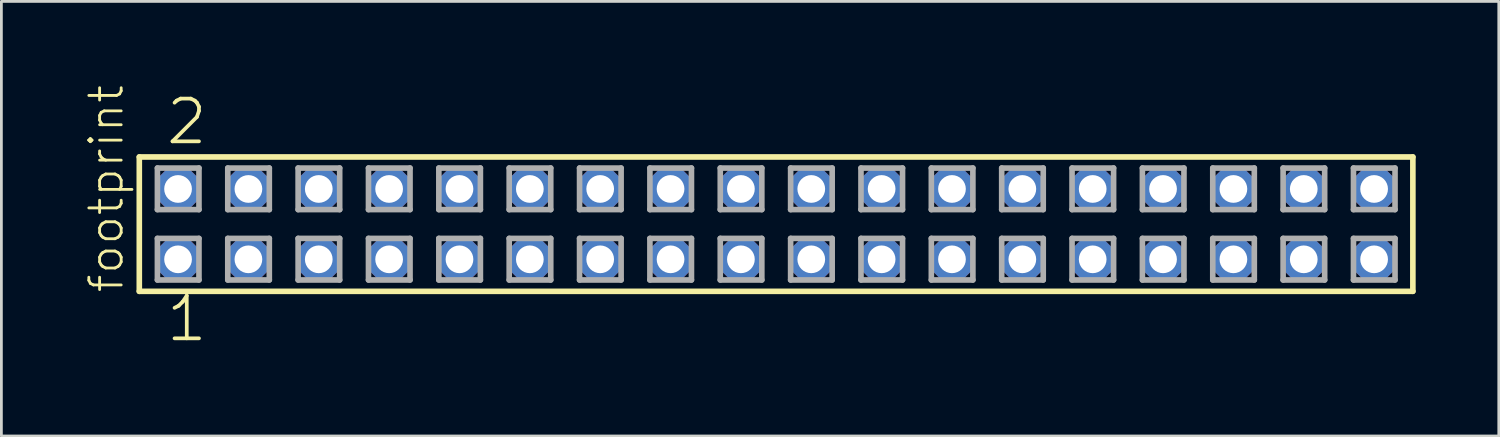
<source format=kicad_pcb>
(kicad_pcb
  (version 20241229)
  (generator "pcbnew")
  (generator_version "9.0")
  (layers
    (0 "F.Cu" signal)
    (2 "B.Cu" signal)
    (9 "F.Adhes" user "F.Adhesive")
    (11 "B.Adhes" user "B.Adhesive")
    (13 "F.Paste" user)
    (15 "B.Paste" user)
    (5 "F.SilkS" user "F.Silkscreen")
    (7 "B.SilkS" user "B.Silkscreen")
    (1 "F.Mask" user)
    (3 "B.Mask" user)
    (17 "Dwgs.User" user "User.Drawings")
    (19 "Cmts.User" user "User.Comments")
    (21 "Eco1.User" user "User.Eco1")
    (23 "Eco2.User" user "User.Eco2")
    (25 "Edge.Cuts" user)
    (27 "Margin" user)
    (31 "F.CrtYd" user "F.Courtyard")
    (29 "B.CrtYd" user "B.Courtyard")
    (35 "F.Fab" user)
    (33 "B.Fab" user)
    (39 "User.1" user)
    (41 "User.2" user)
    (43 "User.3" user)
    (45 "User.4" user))
  (footprint "footprint"
    (layer "F.Cu")
    (at 24.968 5.042)
    (property "Reference" "footprint" (at -23.495 2.54 90) (layer "F.SilkS") (effects (font (size 1.168 1.168) (thickness 0.102)) (justify left bottom)))
    (fp_line (start -22.989 -2.425) (end 22.989 -2.425) (stroke (width 0.203) (type solid)) (layer "F.SilkS"))
    (fp_line (start -22.989 2.425) (end -22.989 -2.425) (stroke (width 0.203) (type solid)) (layer "F.SilkS"))
    (fp_line (start 22.989 -2.425) (end 22.989 2.425) (stroke (width 0.203) (type solid)) (layer "F.SilkS"))
    (fp_line (start 22.989 2.425) (end -22.989 2.425) (stroke (width 0.203) (type solid)) (layer "F.SilkS"))
    (fp_line (start -22.335 -2.025) (end -20.835 -2.025) (stroke (width 0.203) (type solid)) (layer "F.Fab"))
    (fp_line (start -22.335 -0.525) (end -22.335 -2.025) (stroke (width 0.203) (type solid)) (layer "F.Fab"))
    (fp_line (start -22.335 0.515) (end -20.835 0.515) (stroke (width 0.203) (type solid)) (layer "F.Fab"))
    (fp_line (start -22.335 2.015) (end -22.335 0.515) (stroke (width 0.203) (type solid)) (layer "F.Fab"))
    (fp_line (start -20.835 -2.025) (end -20.835 -0.525) (stroke (width 0.203) (type solid)) (layer "F.Fab"))
    (fp_line (start -20.835 -0.525) (end -22.335 -0.525) (stroke (width 0.203) (type solid)) (layer "F.Fab"))
    (fp_line (start -20.835 0.515) (end -20.835 2.015) (stroke (width 0.203) (type solid)) (layer "F.Fab"))
    (fp_line (start -20.835 2.015) (end -22.335 2.015) (stroke (width 0.203) (type solid)) (layer "F.Fab"))
    (fp_line (start -19.795 -2.025) (end -18.295 -2.025) (stroke (width 0.203) (type solid)) (layer "F.Fab"))
    (fp_line (start -19.795 -0.525) (end -19.795 -2.025) (stroke (width 0.203) (type solid)) (layer "F.Fab"))
    (fp_line (start -19.795 0.515) (end -18.295 0.515) (stroke (width 0.203) (type solid)) (layer "F.Fab"))
    (fp_line (start -19.795 2.015) (end -19.795 0.515) (stroke (width 0.203) (type solid)) (layer "F.Fab"))
    (fp_line (start -18.295 -2.025) (end -18.295 -0.525) (stroke (width 0.203) (type solid)) (layer "F.Fab"))
    (fp_line (start -18.295 -0.525) (end -19.795 -0.525) (stroke (width 0.203) (type solid)) (layer "F.Fab"))
    (fp_line (start -18.295 0.515) (end -18.295 2.015) (stroke (width 0.203) (type solid)) (layer "F.Fab"))
    (fp_line (start -18.295 2.015) (end -19.795 2.015) (stroke (width 0.203) (type solid)) (layer "F.Fab"))
    (fp_line (start -17.255 -2.025) (end -15.755 -2.025) (stroke (width 0.203) (type solid)) (layer "F.Fab"))
    (fp_line (start -17.255 -0.525) (end -17.255 -2.025) (stroke (width 0.203) (type solid)) (layer "F.Fab"))
    (fp_line (start -17.255 0.515) (end -15.755 0.515) (stroke (width 0.203) (type solid)) (layer "F.Fab"))
    (fp_line (start -17.255 2.015) (end -17.255 0.515) (stroke (width 0.203) (type solid)) (layer "F.Fab"))
    (fp_line (start -15.755 -2.025) (end -15.755 -0.525) (stroke (width 0.203) (type solid)) (layer "F.Fab"))
    (fp_line (start -15.755 -0.525) (end -17.255 -0.525) (stroke (width 0.203) (type solid)) (layer "F.Fab"))
    (fp_line (start -15.755 0.515) (end -15.755 2.015) (stroke (width 0.203) (type solid)) (layer "F.Fab"))
    (fp_line (start -15.755 2.015) (end -17.255 2.015) (stroke (width 0.203) (type solid)) (layer "F.Fab"))
    (fp_line (start -14.715 -2.025) (end -13.215 -2.025) (stroke (width 0.203) (type solid)) (layer "F.Fab"))
    (fp_line (start -14.715 -0.525) (end -14.715 -2.025) (stroke (width 0.203) (type solid)) (layer "F.Fab"))
    (fp_line (start -14.715 0.515) (end -13.215 0.515) (stroke (width 0.203) (type solid)) (layer "F.Fab"))
    (fp_line (start -14.715 2.015) (end -14.715 0.515) (stroke (width 0.203) (type solid)) (layer "F.Fab"))
    (fp_line (start -13.215 -2.025) (end -13.215 -0.525) (stroke (width 0.203) (type solid)) (layer "F.Fab"))
    (fp_line (start -13.215 -0.525) (end -14.715 -0.525) (stroke (width 0.203) (type solid)) (layer "F.Fab"))
    (fp_line (start -13.215 0.515) (end -13.215 2.015) (stroke (width 0.203) (type solid)) (layer "F.Fab"))
    (fp_line (start -13.215 2.015) (end -14.715 2.015) (stroke (width 0.203) (type solid)) (layer "F.Fab"))
    (fp_line (start -12.175 -2.025) (end -10.675 -2.025) (stroke (width 0.203) (type solid)) (layer "F.Fab"))
    (fp_line (start -12.175 -0.525) (end -12.175 -2.025) (stroke (width 0.203) (type solid)) (layer "F.Fab"))
    (fp_line (start -12.175 0.515) (end -10.675 0.515) (stroke (width 0.203) (type solid)) (layer "F.Fab"))
    (fp_line (start -12.175 2.015) (end -12.175 0.515) (stroke (width 0.203) (type solid)) (layer "F.Fab"))
    (fp_line (start -10.675 -2.025) (end -10.675 -0.525) (stroke (width 0.203) (type solid)) (layer "F.Fab"))
    (fp_line (start -10.675 -0.525) (end -12.175 -0.525) (stroke (width 0.203) (type solid)) (layer "F.Fab"))
    (fp_line (start -10.675 0.515) (end -10.675 2.015) (stroke (width 0.203) (type solid)) (layer "F.Fab"))
    (fp_line (start -10.675 2.015) (end -12.175 2.015) (stroke (width 0.203) (type solid)) (layer "F.Fab"))
    (fp_line (start -9.635 -2.025) (end -8.135 -2.025) (stroke (width 0.203) (type solid)) (layer "F.Fab"))
    (fp_line (start -9.635 -0.525) (end -9.635 -2.025) (stroke (width 0.203) (type solid)) (layer "F.Fab"))
    (fp_line (start -9.635 0.515) (end -8.135 0.515) (stroke (width 0.203) (type solid)) (layer "F.Fab"))
    (fp_line (start -9.635 2.015) (end -9.635 0.515) (stroke (width 0.203) (type solid)) (layer "F.Fab"))
    (fp_line (start -8.135 -2.025) (end -8.135 -0.525) (stroke (width 0.203) (type solid)) (layer "F.Fab"))
    (fp_line (start -8.135 -0.525) (end -9.635 -0.525) (stroke (width 0.203) (type solid)) (layer "F.Fab"))
    (fp_line (start -8.135 0.515) (end -8.135 2.015) (stroke (width 0.203) (type solid)) (layer "F.Fab"))
    (fp_line (start -8.135 2.015) (end -9.635 2.015) (stroke (width 0.203) (type solid)) (layer "F.Fab"))
    (fp_line (start -7.095 -2.025) (end -5.595 -2.025) (stroke (width 0.203) (type solid)) (layer "F.Fab"))
    (fp_line (start -7.095 -0.525) (end -7.095 -2.025) (stroke (width 0.203) (type solid)) (layer "F.Fab"))
    (fp_line (start -7.095 0.515) (end -5.595 0.515) (stroke (width 0.203) (type solid)) (layer "F.Fab"))
    (fp_line (start -7.095 2.015) (end -7.095 0.515) (stroke (width 0.203) (type solid)) (layer "F.Fab"))
    (fp_line (start -5.595 -2.025) (end -5.595 -0.525) (stroke (width 0.203) (type solid)) (layer "F.Fab"))
    (fp_line (start -5.595 -0.525) (end -7.095 -0.525) (stroke (width 0.203) (type solid)) (layer "F.Fab"))
    (fp_line (start -5.595 0.515) (end -5.595 2.015) (stroke (width 0.203) (type solid)) (layer "F.Fab"))
    (fp_line (start -5.595 2.015) (end -7.095 2.015) (stroke (width 0.203) (type solid)) (layer "F.Fab"))
    (fp_line (start -4.555 -2.025) (end -3.055 -2.025) (stroke (width 0.203) (type solid)) (layer "F.Fab"))
    (fp_line (start -4.555 -0.525) (end -4.555 -2.025) (stroke (width 0.203) (type solid)) (layer "F.Fab"))
    (fp_line (start -4.555 0.515) (end -3.055 0.515) (stroke (width 0.203) (type solid)) (layer "F.Fab"))
    (fp_line (start -4.555 2.015) (end -4.555 0.515) (stroke (width 0.203) (type solid)) (layer "F.Fab"))
    (fp_line (start -3.055 -2.025) (end -3.055 -0.525) (stroke (width 0.203) (type solid)) (layer "F.Fab"))
    (fp_line (start -3.055 -0.525) (end -4.555 -0.525) (stroke (width 0.203) (type solid)) (layer "F.Fab"))
    (fp_line (start -3.055 0.515) (end -3.055 2.015) (stroke (width 0.203) (type solid)) (layer "F.Fab"))
    (fp_line (start -3.055 2.015) (end -4.555 2.015) (stroke (width 0.203) (type solid)) (layer "F.Fab"))
    (fp_line (start -2.015 -2.025) (end -0.515 -2.025) (stroke (width 0.203) (type solid)) (layer "F.Fab"))
    (fp_line (start -2.015 -0.525) (end -2.015 -2.025) (stroke (width 0.203) (type solid)) (layer "F.Fab"))
    (fp_line (start -2.015 0.515) (end -0.515 0.515) (stroke (width 0.203) (type solid)) (layer "F.Fab"))
    (fp_line (start -2.015 2.015) (end -2.015 0.515) (stroke (width 0.203) (type solid)) (layer "F.Fab"))
    (fp_line (start -0.515 -2.025) (end -0.515 -0.525) (stroke (width 0.203) (type solid)) (layer "F.Fab"))
    (fp_line (start -0.515 -0.525) (end -2.015 -0.525) (stroke (width 0.203) (type solid)) (layer "F.Fab"))
    (fp_line (start -0.515 0.515) (end -0.515 2.015) (stroke (width 0.203) (type solid)) (layer "F.Fab"))
    (fp_line (start -0.515 2.015) (end -2.015 2.015) (stroke (width 0.203) (type solid)) (layer "F.Fab"))
    (fp_line (start 0.525 -2.025) (end 2.025 -2.025) (stroke (width 0.203) (type solid)) (layer "F.Fab"))
    (fp_line (start 0.525 -0.525) (end 0.525 -2.025) (stroke (width 0.203) (type solid)) (layer "F.Fab"))
    (fp_line (start 0.525 0.515) (end 2.025 0.515) (stroke (width 0.203) (type solid)) (layer "F.Fab"))
    (fp_line (start 0.525 2.015) (end 0.525 0.515) (stroke (width 0.203) (type solid)) (layer "F.Fab"))
    (fp_line (start 2.025 -2.025) (end 2.025 -0.525) (stroke (width 0.203) (type solid)) (layer "F.Fab"))
    (fp_line (start 2.025 -0.525) (end 0.525 -0.525) (stroke (width 0.203) (type solid)) (layer "F.Fab"))
    (fp_line (start 2.025 0.515) (end 2.025 2.015) (stroke (width 0.203) (type solid)) (layer "F.Fab"))
    (fp_line (start 2.025 2.015) (end 0.525 2.015) (stroke (width 0.203) (type solid)) (layer "F.Fab"))
    (fp_line (start 3.065 -2.025) (end 4.565 -2.025) (stroke (width 0.203) (type solid)) (layer "F.Fab"))
    (fp_line (start 3.065 -0.525) (end 3.065 -2.025) (stroke (width 0.203) (type solid)) (layer "F.Fab"))
    (fp_line (start 3.065 0.515) (end 4.565 0.515) (stroke (width 0.203) (type solid)) (layer "F.Fab"))
    (fp_line (start 3.065 2.015) (end 3.065 0.515) (stroke (width 0.203) (type solid)) (layer "F.Fab"))
    (fp_line (start 4.565 -2.025) (end 4.565 -0.525) (stroke (width 0.203) (type solid)) (layer "F.Fab"))
    (fp_line (start 4.565 -0.525) (end 3.065 -0.525) (stroke (width 0.203) (type solid)) (layer "F.Fab"))
    (fp_line (start 4.565 0.515) (end 4.565 2.015) (stroke (width 0.203) (type solid)) (layer "F.Fab"))
    (fp_line (start 4.565 2.015) (end 3.065 2.015) (stroke (width 0.203) (type solid)) (layer "F.Fab"))
    (fp_line (start 5.605 -2.025) (end 7.105 -2.025) (stroke (width 0.203) (type solid)) (layer "F.Fab"))
    (fp_line (start 5.605 -0.525) (end 5.605 -2.025) (stroke (width 0.203) (type solid)) (layer "F.Fab"))
    (fp_line (start 5.605 0.515) (end 7.105 0.515) (stroke (width 0.203) (type solid)) (layer "F.Fab"))
    (fp_line (start 5.605 2.015) (end 5.605 0.515) (stroke (width 0.203) (type solid)) (layer "F.Fab"))
    (fp_line (start 7.105 -2.025) (end 7.105 -0.525) (stroke (width 0.203) (type solid)) (layer "F.Fab"))
    (fp_line (start 7.105 -0.525) (end 5.605 -0.525) (stroke (width 0.203) (type solid)) (layer "F.Fab"))
    (fp_line (start 7.105 0.515) (end 7.105 2.015) (stroke (width 0.203) (type solid)) (layer "F.Fab"))
    (fp_line (start 7.105 2.015) (end 5.605 2.015) (stroke (width 0.203) (type solid)) (layer "F.Fab"))
    (fp_line (start 8.145 -2.025) (end 9.645 -2.025) (stroke (width 0.203) (type solid)) (layer "F.Fab"))
    (fp_line (start 8.145 -0.525) (end 8.145 -2.025) (stroke (width 0.203) (type solid)) (layer "F.Fab"))
    (fp_line (start 8.145 0.515) (end 9.645 0.515) (stroke (width 0.203) (type solid)) (layer "F.Fab"))
    (fp_line (start 8.145 2.015) (end 8.145 0.515) (stroke (width 0.203) (type solid)) (layer "F.Fab"))
    (fp_line (start 9.645 -2.025) (end 9.645 -0.525) (stroke (width 0.203) (type solid)) (layer "F.Fab"))
    (fp_line (start 9.645 -0.525) (end 8.145 -0.525) (stroke (width 0.203) (type solid)) (layer "F.Fab"))
    (fp_line (start 9.645 0.515) (end 9.645 2.015) (stroke (width 0.203) (type solid)) (layer "F.Fab"))
    (fp_line (start 9.645 2.015) (end 8.145 2.015) (stroke (width 0.203) (type solid)) (layer "F.Fab"))
    (fp_line (start 10.685 -2.025) (end 12.185 -2.025) (stroke (width 0.203) (type solid)) (layer "F.Fab"))
    (fp_line (start 10.685 -0.525) (end 10.685 -2.025) (stroke (width 0.203) (type solid)) (layer "F.Fab"))
    (fp_line (start 10.685 0.515) (end 12.185 0.515) (stroke (width 0.203) (type solid)) (layer "F.Fab"))
    (fp_line (start 10.685 2.015) (end 10.685 0.515) (stroke (width 0.203) (type solid)) (layer "F.Fab"))
    (fp_line (start 12.185 -2.025) (end 12.185 -0.525) (stroke (width 0.203) (type solid)) (layer "F.Fab"))
    (fp_line (start 12.185 -0.525) (end 10.685 -0.525) (stroke (width 0.203) (type solid)) (layer "F.Fab"))
    (fp_line (start 12.185 0.515) (end 12.185 2.015) (stroke (width 0.203) (type solid)) (layer "F.Fab"))
    (fp_line (start 12.185 2.015) (end 10.685 2.015) (stroke (width 0.203) (type solid)) (layer "F.Fab"))
    (fp_line (start 13.225 -2.025) (end 14.725 -2.025) (stroke (width 0.203) (type solid)) (layer "F.Fab"))
    (fp_line (start 13.225 -0.525) (end 13.225 -2.025) (stroke (width 0.203) (type solid)) (layer "F.Fab"))
    (fp_line (start 13.225 0.515) (end 14.725 0.515) (stroke (width 0.203) (type solid)) (layer "F.Fab"))
    (fp_line (start 13.225 2.015) (end 13.225 0.515) (stroke (width 0.203) (type solid)) (layer "F.Fab"))
    (fp_line (start 14.725 -2.025) (end 14.725 -0.525) (stroke (width 0.203) (type solid)) (layer "F.Fab"))
    (fp_line (start 14.725 -0.525) (end 13.225 -0.525) (stroke (width 0.203) (type solid)) (layer "F.Fab"))
    (fp_line (start 14.725 0.515) (end 14.725 2.015) (stroke (width 0.203) (type solid)) (layer "F.Fab"))
    (fp_line (start 14.725 2.015) (end 13.225 2.015) (stroke (width 0.203) (type solid)) (layer "F.Fab"))
    (fp_line (start 15.765 -2.025) (end 17.265 -2.025) (stroke (width 0.203) (type solid)) (layer "F.Fab"))
    (fp_line (start 15.765 -0.525) (end 15.765 -2.025) (stroke (width 0.203) (type solid)) (layer "F.Fab"))
    (fp_line (start 15.765 0.515) (end 17.265 0.515) (stroke (width 0.203) (type solid)) (layer "F.Fab"))
    (fp_line (start 15.765 2.015) (end 15.765 0.515) (stroke (width 0.203) (type solid)) (layer "F.Fab"))
    (fp_line (start 17.265 -2.025) (end 17.265 -0.525) (stroke (width 0.203) (type solid)) (layer "F.Fab"))
    (fp_line (start 17.265 -0.525) (end 15.765 -0.525) (stroke (width 0.203) (type solid)) (layer "F.Fab"))
    (fp_line (start 17.265 0.515) (end 17.265 2.015) (stroke (width 0.203) (type solid)) (layer "F.Fab"))
    (fp_line (start 17.265 2.015) (end 15.765 2.015) (stroke (width 0.203) (type solid)) (layer "F.Fab"))
    (fp_line (start 18.305 -2.025) (end 19.805 -2.025) (stroke (width 0.203) (type solid)) (layer "F.Fab"))
    (fp_line (start 18.305 -0.525) (end 18.305 -2.025) (stroke (width 0.203) (type solid)) (layer "F.Fab"))
    (fp_line (start 18.305 0.515) (end 19.805 0.515) (stroke (width 0.203) (type solid)) (layer "F.Fab"))
    (fp_line (start 18.305 2.015) (end 18.305 0.515) (stroke (width 0.203) (type solid)) (layer "F.Fab"))
    (fp_line (start 19.805 -2.025) (end 19.805 -0.525) (stroke (width 0.203) (type solid)) (layer "F.Fab"))
    (fp_line (start 19.805 -0.525) (end 18.305 -0.525) (stroke (width 0.203) (type solid)) (layer "F.Fab"))
    (fp_line (start 19.805 0.515) (end 19.805 2.015) (stroke (width 0.203) (type solid)) (layer "F.Fab"))
    (fp_line (start 19.805 2.015) (end 18.305 2.015) (stroke (width 0.203) (type solid)) (layer "F.Fab"))
    (fp_line (start 20.845 -2.025) (end 22.345 -2.025) (stroke (width 0.203) (type solid)) (layer "F.Fab"))
    (fp_line (start 20.845 -0.525) (end 20.845 -2.025) (stroke (width 0.203) (type solid)) (layer "F.Fab"))
    (fp_line (start 20.845 0.515) (end 22.345 0.515) (stroke (width 0.203) (type solid)) (layer "F.Fab"))
    (fp_line (start 20.845 2.015) (end 20.845 0.515) (stroke (width 0.203) (type solid)) (layer "F.Fab"))
    (fp_line (start 22.345 -2.025) (end 22.345 -0.525) (stroke (width 0.203) (type solid)) (layer "F.Fab"))
    (fp_line (start 22.345 -0.525) (end 20.845 -0.525) (stroke (width 0.203) (type solid)) (layer "F.Fab"))
    (fp_line (start 22.345 0.515) (end 22.345 2.015) (stroke (width 0.203) (type solid)) (layer "F.Fab"))
    (fp_line (start 22.345 2.015) (end 20.845 2.015) (stroke (width 0.203) (type solid)) (layer "F.Fab"))
    (fp_text user "1" (at -22.098 4.318 0) (layer "F.SilkS") (effects (font (size 1.542 1.542) (thickness 0.134)) (justify left bottom)))
    (fp_text user "2" (at -22.098 -2.794 0) (layer "F.SilkS") (effects (font (size 1.542 1.542) (thickness 0.134)) (justify left bottom)))
    (pad "1" thru_hole roundrect (at -21.59 1.27) (size 1.5 1.5) (drill 1) (layers "*.Cu" "*.Mask") (roundrect_rratio 0.25) (chamfer_ratio 0.25) (chamfer top_left top_right bottom_left bottom_right))
    (pad "2" thru_hole roundrect (at -21.59 -1.27) (size 1.5 1.5) (drill 1) (layers "*.Cu" "*.Mask") (roundrect_rratio 0.25) (chamfer_ratio 0.25) (chamfer top_left top_right bottom_left bottom_right))
    (pad "3" thru_hole roundrect (at -19.05 1.27) (size 1.5 1.5) (drill 1) (layers "*.Cu" "*.Mask") (roundrect_rratio 0.25) (chamfer_ratio 0.25) (chamfer top_left top_right bottom_left bottom_right))
    (pad "4" thru_hole roundrect (at -19.05 -1.27) (size 1.5 1.5) (drill 1) (layers "*.Cu" "*.Mask") (roundrect_rratio 0.25) (chamfer_ratio 0.25) (chamfer top_left top_right bottom_left bottom_right))
    (pad "5" thru_hole roundrect (at -16.51 1.27) (size 1.5 1.5) (drill 1) (layers "*.Cu" "*.Mask") (roundrect_rratio 0.25) (chamfer_ratio 0.25) (chamfer top_left top_right bottom_left bottom_right))
    (pad "6" thru_hole roundrect (at -16.51 -1.27) (size 1.5 1.5) (drill 1) (layers "*.Cu" "*.Mask") (roundrect_rratio 0.25) (chamfer_ratio 0.25) (chamfer top_left top_right bottom_left bottom_right))
    (pad "7" thru_hole roundrect (at -13.97 1.27) (size 1.5 1.5) (drill 1) (layers "*.Cu" "*.Mask") (roundrect_rratio 0.25) (chamfer_ratio 0.25) (chamfer top_left top_right bottom_left bottom_right))
    (pad "8" thru_hole roundrect (at -13.97 -1.27) (size 1.5 1.5) (drill 1) (layers "*.Cu" "*.Mask") (roundrect_rratio 0.25) (chamfer_ratio 0.25) (chamfer top_left top_right bottom_left bottom_right))
    (pad "9" thru_hole roundrect (at -11.43 1.27) (size 1.5 1.5) (drill 1) (layers "*.Cu" "*.Mask") (roundrect_rratio 0.25) (chamfer_ratio 0.25) (chamfer top_left top_right bottom_left bottom_right))
    (pad "10" thru_hole roundrect (at -11.43 -1.27) (size 1.5 1.5) (drill 1) (layers "*.Cu" "*.Mask") (roundrect_rratio 0.25) (chamfer_ratio 0.25) (chamfer top_left top_right bottom_left bottom_right))
    (pad "11" thru_hole roundrect (at -8.89 1.27) (size 1.5 1.5) (drill 1) (layers "*.Cu" "*.Mask") (roundrect_rratio 0.25) (chamfer_ratio 0.25) (chamfer top_left top_right bottom_left bottom_right))
    (pad "12" thru_hole roundrect (at -8.89 -1.27) (size 1.5 1.5) (drill 1) (layers "*.Cu" "*.Mask") (roundrect_rratio 0.25) (chamfer_ratio 0.25) (chamfer top_left top_right bottom_left bottom_right))
    (pad "13" thru_hole roundrect (at -6.35 1.27) (size 1.5 1.5) (drill 1) (layers "*.Cu" "*.Mask") (roundrect_rratio 0.25) (chamfer_ratio 0.25) (chamfer top_left top_right bottom_left bottom_right))
    (pad "14" thru_hole roundrect (at -6.35 -1.27) (size 1.5 1.5) (drill 1) (layers "*.Cu" "*.Mask") (roundrect_rratio 0.25) (chamfer_ratio 0.25) (chamfer top_left top_right bottom_left bottom_right))
    (pad "15" thru_hole roundrect (at -3.81 1.27) (size 1.5 1.5) (drill 1) (layers "*.Cu" "*.Mask") (roundrect_rratio 0.25) (chamfer_ratio 0.25) (chamfer top_left top_right bottom_left bottom_right))
    (pad "16" thru_hole roundrect (at -3.81 -1.27) (size 1.5 1.5) (drill 1) (layers "*.Cu" "*.Mask") (roundrect_rratio 0.25) (chamfer_ratio 0.25) (chamfer top_left top_right bottom_left bottom_right))
    (pad "17" thru_hole roundrect (at -1.27 1.27) (size 1.5 1.5) (drill 1) (layers "*.Cu" "*.Mask") (roundrect_rratio 0.25) (chamfer_ratio 0.25) (chamfer top_left top_right bottom_left bottom_right))
    (pad "18" thru_hole roundrect (at -1.27 -1.27) (size 1.5 1.5) (drill 1) (layers "*.Cu" "*.Mask") (roundrect_rratio 0.25) (chamfer_ratio 0.25) (chamfer top_left top_right bottom_left bottom_right))
    (pad "19" thru_hole roundrect (at 1.27 1.27) (size 1.5 1.5) (drill 1) (layers "*.Cu" "*.Mask") (roundrect_rratio 0.25) (chamfer_ratio 0.25) (chamfer top_left top_right bottom_left bottom_right))
    (pad "20" thru_hole roundrect (at 1.27 -1.27) (size 1.5 1.5) (drill 1) (layers "*.Cu" "*.Mask") (roundrect_rratio 0.25) (chamfer_ratio 0.25) (chamfer top_left top_right bottom_left bottom_right))
    (pad "21" thru_hole roundrect (at 3.81 1.27) (size 1.5 1.5) (drill 1) (layers "*.Cu" "*.Mask") (roundrect_rratio 0.25) (chamfer_ratio 0.25) (chamfer top_left top_right bottom_left bottom_right))
    (pad "22" thru_hole roundrect (at 3.81 -1.27) (size 1.5 1.5) (drill 1) (layers "*.Cu" "*.Mask") (roundrect_rratio 0.25) (chamfer_ratio 0.25) (chamfer top_left top_right bottom_left bottom_right))
    (pad "23" thru_hole roundrect (at 6.35 1.27) (size 1.5 1.5) (drill 1) (layers "*.Cu" "*.Mask") (roundrect_rratio 0.25) (chamfer_ratio 0.25) (chamfer top_left top_right bottom_left bottom_right))
    (pad "24" thru_hole roundrect (at 6.35 -1.27) (size 1.5 1.5) (drill 1) (layers "*.Cu" "*.Mask") (roundrect_rratio 0.25) (chamfer_ratio 0.25) (chamfer top_left top_right bottom_left bottom_right))
    (pad "25" thru_hole roundrect (at 8.89 1.27) (size 1.5 1.5) (drill 1) (layers "*.Cu" "*.Mask") (roundrect_rratio 0.25) (chamfer_ratio 0.25) (chamfer top_left top_right bottom_left bottom_right))
    (pad "26" thru_hole roundrect (at 8.89 -1.27) (size 1.5 1.5) (drill 1) (layers "*.Cu" "*.Mask") (roundrect_rratio 0.25) (chamfer_ratio 0.25) (chamfer top_left top_right bottom_left bottom_right))
    (pad "27" thru_hole roundrect (at 11.43 1.27) (size 1.5 1.5) (drill 1) (layers "*.Cu" "*.Mask") (roundrect_rratio 0.25) (chamfer_ratio 0.25) (chamfer top_left top_right bottom_left bottom_right))
    (pad "28" thru_hole roundrect (at 11.43 -1.27) (size 1.5 1.5) (drill 1) (layers "*.Cu" "*.Mask") (roundrect_rratio 0.25) (chamfer_ratio 0.25) (chamfer top_left top_right bottom_left bottom_right))
    (pad "29" thru_hole roundrect (at 13.97 1.27) (size 1.5 1.5) (drill 1) (layers "*.Cu" "*.Mask") (roundrect_rratio 0.25) (chamfer_ratio 0.25) (chamfer top_left top_right bottom_left bottom_right))
    (pad "30" thru_hole roundrect (at 13.97 -1.27) (size 1.5 1.5) (drill 1) (layers "*.Cu" "*.Mask") (roundrect_rratio 0.25) (chamfer_ratio 0.25) (chamfer top_left top_right bottom_left bottom_right))
    (pad "31" thru_hole roundrect (at 16.51 1.27) (size 1.5 1.5) (drill 1) (layers "*.Cu" "*.Mask") (roundrect_rratio 0.25) (chamfer_ratio 0.25) (chamfer top_left top_right bottom_left bottom_right))
    (pad "32" thru_hole roundrect (at 16.51 -1.27) (size 1.5 1.5) (drill 1) (layers "*.Cu" "*.Mask") (roundrect_rratio 0.25) (chamfer_ratio 0.25) (chamfer top_left top_right bottom_left bottom_right))
    (pad "33" thru_hole roundrect (at 19.05 1.27) (size 1.5 1.5) (drill 1) (layers "*.Cu" "*.Mask") (roundrect_rratio 0.25) (chamfer_ratio 0.25) (chamfer top_left top_right bottom_left bottom_right))
    (pad "34" thru_hole roundrect (at 19.05 -1.27) (size 1.5 1.5) (drill 1) (layers "*.Cu" "*.Mask") (roundrect_rratio 0.25) (chamfer_ratio 0.25) (chamfer top_left top_right bottom_left bottom_right))
    (pad "35" thru_hole roundrect (at 21.59 1.27) (size 1.5 1.5) (drill 1) (layers "*.Cu" "*.Mask") (roundrect_rratio 0.25) (chamfer_ratio 0.25) (chamfer top_left top_right bottom_left bottom_right))
    (pad "36" thru_hole roundrect (at 21.59 -1.27) (size 1.5 1.5) (drill 1) (layers "*.Cu" "*.Mask") (roundrect_rratio 0.25) (chamfer_ratio 0.25) (chamfer top_left top_right bottom_left bottom_right)))
  (gr_rect
    (start -3 -3)
    (end 51.059 12.691)
    (stroke (width 0.1) (type default))
    (fill no)
    (layer "Edge.Cuts")))
</source>
